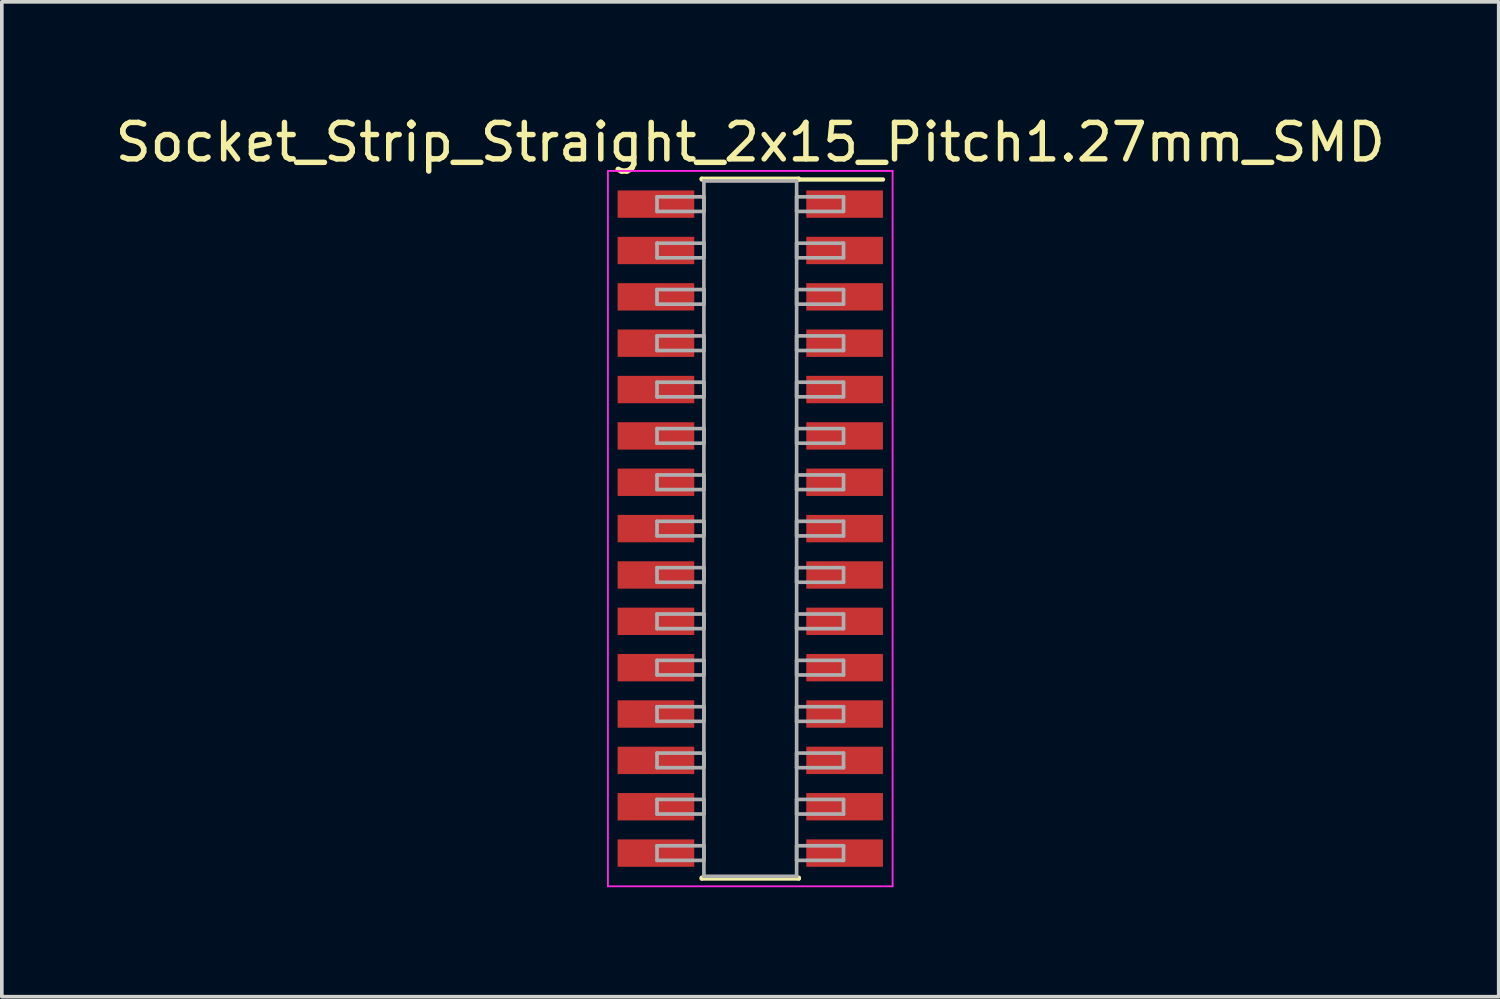
<source format=kicad_pcb>
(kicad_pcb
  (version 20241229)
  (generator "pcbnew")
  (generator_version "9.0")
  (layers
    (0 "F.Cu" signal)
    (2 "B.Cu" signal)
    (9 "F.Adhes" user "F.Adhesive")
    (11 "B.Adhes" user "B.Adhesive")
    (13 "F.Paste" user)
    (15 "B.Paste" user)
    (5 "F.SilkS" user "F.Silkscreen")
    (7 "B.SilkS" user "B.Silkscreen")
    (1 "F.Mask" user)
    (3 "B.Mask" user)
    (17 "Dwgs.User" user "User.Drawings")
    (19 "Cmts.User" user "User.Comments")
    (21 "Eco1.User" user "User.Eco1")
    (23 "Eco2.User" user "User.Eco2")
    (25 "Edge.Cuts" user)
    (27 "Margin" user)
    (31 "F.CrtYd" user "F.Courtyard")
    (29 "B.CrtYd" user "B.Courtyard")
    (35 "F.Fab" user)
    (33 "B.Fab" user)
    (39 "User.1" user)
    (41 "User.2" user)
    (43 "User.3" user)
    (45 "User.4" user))
  (footprint "Socket_Strip_Straight_2x15_Pitch1.27mm_SMD"
    (layer "F.Cu")
    (at 17.506 11.433)
    (property "Reference" "Socket_Strip_Straight_2x15_Pitch1.27mm_SMD" (at 0 -10.585 0) (layer "F.SilkS") (effects (font (size 1 1) (thickness 0.15))))
    (attr smd)
    (fp_line (start -1.33 -9.585) (end 1.33 -9.585) (stroke (width 0.12) (type solid)) (layer "F.SilkS"))
    (fp_line (start -1.33 -9.565) (end -1.33 -9.585) (stroke (width 0.12) (type solid)) (layer "F.SilkS"))
    (fp_line (start -1.33 9.565) (end -1.33 9.585) (stroke (width 0.12) (type solid)) (layer "F.SilkS"))
    (fp_line (start -1.33 9.585) (end 1.33 9.585) (stroke (width 0.12) (type solid)) (layer "F.SilkS"))
    (fp_line (start 1.33 -9.585) (end 1.33 -9.565) (stroke (width 0.12) (type solid)) (layer "F.SilkS"))
    (fp_line (start 1.33 9.585) (end 1.33 9.565) (stroke (width 0.12) (type solid)) (layer "F.SilkS"))
    (fp_line (start 3.635 -9.565) (end 1.33 -9.565) (stroke (width 0.12) (type solid)) (layer "F.SilkS"))
    (fp_line (start -3.9 -9.8) (end -3.9 9.8) (stroke (width 0.05) (type solid)) (layer "F.CrtYd"))
    (fp_line (start -3.9 9.8) (end 3.9 9.8) (stroke (width 0.05) (type solid)) (layer "F.CrtYd"))
    (fp_line (start 3.9 -9.8) (end -3.9 -9.8) (stroke (width 0.05) (type solid)) (layer "F.CrtYd"))
    (fp_line (start 3.9 9.8) (end 3.9 -9.8) (stroke (width 0.05) (type solid)) (layer "F.CrtYd"))
    (fp_line (start -2.555 -9.09) (end -1.27 -9.09) (stroke (width 0.1) (type solid)) (layer "F.Fab"))
    (fp_line (start -2.555 -8.69) (end -2.555 -9.09) (stroke (width 0.1) (type solid)) (layer "F.Fab"))
    (fp_line (start -2.555 -7.82) (end -1.27 -7.82) (stroke (width 0.1) (type solid)) (layer "F.Fab"))
    (fp_line (start -2.555 -7.42) (end -2.555 -7.82) (stroke (width 0.1) (type solid)) (layer "F.Fab"))
    (fp_line (start -2.555 -6.55) (end -1.27 -6.55) (stroke (width 0.1) (type solid)) (layer "F.Fab"))
    (fp_line (start -2.555 -6.15) (end -2.555 -6.55) (stroke (width 0.1) (type solid)) (layer "F.Fab"))
    (fp_line (start -2.555 -5.28) (end -1.27 -5.28) (stroke (width 0.1) (type solid)) (layer "F.Fab"))
    (fp_line (start -2.555 -4.88) (end -2.555 -5.28) (stroke (width 0.1) (type solid)) (layer "F.Fab"))
    (fp_line (start -2.555 -4.01) (end -1.27 -4.01) (stroke (width 0.1) (type solid)) (layer "F.Fab"))
    (fp_line (start -2.555 -3.61) (end -2.555 -4.01) (stroke (width 0.1) (type solid)) (layer "F.Fab"))
    (fp_line (start -2.555 -2.74) (end -1.27 -2.74) (stroke (width 0.1) (type solid)) (layer "F.Fab"))
    (fp_line (start -2.555 -2.34) (end -2.555 -2.74) (stroke (width 0.1) (type solid)) (layer "F.Fab"))
    (fp_line (start -2.555 -1.47) (end -1.27 -1.47) (stroke (width 0.1) (type solid)) (layer "F.Fab"))
    (fp_line (start -2.555 -1.07) (end -2.555 -1.47) (stroke (width 0.1) (type solid)) (layer "F.Fab"))
    (fp_line (start -2.555 -0.2) (end -1.27 -0.2) (stroke (width 0.1) (type solid)) (layer "F.Fab"))
    (fp_line (start -2.555 0.2) (end -2.555 -0.2) (stroke (width 0.1) (type solid)) (layer "F.Fab"))
    (fp_line (start -2.555 1.07) (end -1.27 1.07) (stroke (width 0.1) (type solid)) (layer "F.Fab"))
    (fp_line (start -2.555 1.47) (end -2.555 1.07) (stroke (width 0.1) (type solid)) (layer "F.Fab"))
    (fp_line (start -2.555 2.34) (end -1.27 2.34) (stroke (width 0.1) (type solid)) (layer "F.Fab"))
    (fp_line (start -2.555 2.74) (end -2.555 2.34) (stroke (width 0.1) (type solid)) (layer "F.Fab"))
    (fp_line (start -2.555 3.61) (end -1.27 3.61) (stroke (width 0.1) (type solid)) (layer "F.Fab"))
    (fp_line (start -2.555 4.01) (end -2.555 3.61) (stroke (width 0.1) (type solid)) (layer "F.Fab"))
    (fp_line (start -2.555 4.88) (end -1.27 4.88) (stroke (width 0.1) (type solid)) (layer "F.Fab"))
    (fp_line (start -2.555 5.28) (end -2.555 4.88) (stroke (width 0.1) (type solid)) (layer "F.Fab"))
    (fp_line (start -2.555 6.15) (end -1.27 6.15) (stroke (width 0.1) (type solid)) (layer "F.Fab"))
    (fp_line (start -2.555 6.55) (end -2.555 6.15) (stroke (width 0.1) (type solid)) (layer "F.Fab"))
    (fp_line (start -2.555 7.42) (end -1.27 7.42) (stroke (width 0.1) (type solid)) (layer "F.Fab"))
    (fp_line (start -2.555 7.82) (end -2.555 7.42) (stroke (width 0.1) (type solid)) (layer "F.Fab"))
    (fp_line (start -2.555 8.69) (end -1.27 8.69) (stroke (width 0.1) (type solid)) (layer "F.Fab"))
    (fp_line (start -2.555 9.09) (end -2.555 8.69) (stroke (width 0.1) (type solid)) (layer "F.Fab"))
    (fp_line (start -1.27 -9.525) (end -1.27 9.525) (stroke (width 0.1) (type solid)) (layer "F.Fab"))
    (fp_line (start -1.27 -9.09) (end -1.27 -8.69) (stroke (width 0.1) (type solid)) (layer "F.Fab"))
    (fp_line (start -1.27 -8.69) (end -2.555 -8.69) (stroke (width 0.1) (type solid)) (layer "F.Fab"))
    (fp_line (start -1.27 -7.82) (end -1.27 -7.42) (stroke (width 0.1) (type solid)) (layer "F.Fab"))
    (fp_line (start -1.27 -7.42) (end -2.555 -7.42) (stroke (width 0.1) (type solid)) (layer "F.Fab"))
    (fp_line (start -1.27 -6.55) (end -1.27 -6.15) (stroke (width 0.1) (type solid)) (layer "F.Fab"))
    (fp_line (start -1.27 -6.15) (end -2.555 -6.15) (stroke (width 0.1) (type solid)) (layer "F.Fab"))
    (fp_line (start -1.27 -5.28) (end -1.27 -4.88) (stroke (width 0.1) (type solid)) (layer "F.Fab"))
    (fp_line (start -1.27 -4.88) (end -2.555 -4.88) (stroke (width 0.1) (type solid)) (layer "F.Fab"))
    (fp_line (start -1.27 -4.01) (end -1.27 -3.61) (stroke (width 0.1) (type solid)) (layer "F.Fab"))
    (fp_line (start -1.27 -3.61) (end -2.555 -3.61) (stroke (width 0.1) (type solid)) (layer "F.Fab"))
    (fp_line (start -1.27 -2.74) (end -1.27 -2.34) (stroke (width 0.1) (type solid)) (layer "F.Fab"))
    (fp_line (start -1.27 -2.34) (end -2.555 -2.34) (stroke (width 0.1) (type solid)) (layer "F.Fab"))
    (fp_line (start -1.27 -1.47) (end -1.27 -1.07) (stroke (width 0.1) (type solid)) (layer "F.Fab"))
    (fp_line (start -1.27 -1.07) (end -2.555 -1.07) (stroke (width 0.1) (type solid)) (layer "F.Fab"))
    (fp_line (start -1.27 -0.2) (end -1.27 0.2) (stroke (width 0.1) (type solid)) (layer "F.Fab"))
    (fp_line (start -1.27 0.2) (end -2.555 0.2) (stroke (width 0.1) (type solid)) (layer "F.Fab"))
    (fp_line (start -1.27 1.07) (end -1.27 1.47) (stroke (width 0.1) (type solid)) (layer "F.Fab"))
    (fp_line (start -1.27 1.47) (end -2.555 1.47) (stroke (width 0.1) (type solid)) (layer "F.Fab"))
    (fp_line (start -1.27 2.34) (end -1.27 2.74) (stroke (width 0.1) (type solid)) (layer "F.Fab"))
    (fp_line (start -1.27 2.74) (end -2.555 2.74) (stroke (width 0.1) (type solid)) (layer "F.Fab"))
    (fp_line (start -1.27 3.61) (end -1.27 4.01) (stroke (width 0.1) (type solid)) (layer "F.Fab"))
    (fp_line (start -1.27 4.01) (end -2.555 4.01) (stroke (width 0.1) (type solid)) (layer "F.Fab"))
    (fp_line (start -1.27 4.88) (end -1.27 5.28) (stroke (width 0.1) (type solid)) (layer "F.Fab"))
    (fp_line (start -1.27 5.28) (end -2.555 5.28) (stroke (width 0.1) (type solid)) (layer "F.Fab"))
    (fp_line (start -1.27 6.15) (end -1.27 6.55) (stroke (width 0.1) (type solid)) (layer "F.Fab"))
    (fp_line (start -1.27 6.55) (end -2.555 6.55) (stroke (width 0.1) (type solid)) (layer "F.Fab"))
    (fp_line (start -1.27 7.42) (end -1.27 7.82) (stroke (width 0.1) (type solid)) (layer "F.Fab"))
    (fp_line (start -1.27 7.82) (end -2.555 7.82) (stroke (width 0.1) (type solid)) (layer "F.Fab"))
    (fp_line (start -1.27 8.69) (end -1.27 9.09) (stroke (width 0.1) (type solid)) (layer "F.Fab"))
    (fp_line (start -1.27 9.09) (end -2.555 9.09) (stroke (width 0.1) (type solid)) (layer "F.Fab"))
    (fp_line (start -1.27 9.525) (end 1.27 9.525) (stroke (width 0.1) (type solid)) (layer "F.Fab"))
    (fp_line (start 1.27 -9.525) (end -1.27 -9.525) (stroke (width 0.1) (type solid)) (layer "F.Fab"))
    (fp_line (start 1.27 -9.09) (end 1.27 -8.69) (stroke (width 0.1) (type solid)) (layer "F.Fab"))
    (fp_line (start 1.27 -8.69) (end 2.555 -8.69) (stroke (width 0.1) (type solid)) (layer "F.Fab"))
    (fp_line (start 1.27 -7.82) (end 1.27 -7.42) (stroke (width 0.1) (type solid)) (layer "F.Fab"))
    (fp_line (start 1.27 -7.42) (end 2.555 -7.42) (stroke (width 0.1) (type solid)) (layer "F.Fab"))
    (fp_line (start 1.27 -6.55) (end 1.27 -6.15) (stroke (width 0.1) (type solid)) (layer "F.Fab"))
    (fp_line (start 1.27 -6.15) (end 2.555 -6.15) (stroke (width 0.1) (type solid)) (layer "F.Fab"))
    (fp_line (start 1.27 -5.28) (end 1.27 -4.88) (stroke (width 0.1) (type solid)) (layer "F.Fab"))
    (fp_line (start 1.27 -4.88) (end 2.555 -4.88) (stroke (width 0.1) (type solid)) (layer "F.Fab"))
    (fp_line (start 1.27 -4.01) (end 1.27 -3.61) (stroke (width 0.1) (type solid)) (layer "F.Fab"))
    (fp_line (start 1.27 -3.61) (end 2.555 -3.61) (stroke (width 0.1) (type solid)) (layer "F.Fab"))
    (fp_line (start 1.27 -2.74) (end 1.27 -2.34) (stroke (width 0.1) (type solid)) (layer "F.Fab"))
    (fp_line (start 1.27 -2.34) (end 2.555 -2.34) (stroke (width 0.1) (type solid)) (layer "F.Fab"))
    (fp_line (start 1.27 -1.47) (end 1.27 -1.07) (stroke (width 0.1) (type solid)) (layer "F.Fab"))
    (fp_line (start 1.27 -1.07) (end 2.555 -1.07) (stroke (width 0.1) (type solid)) (layer "F.Fab"))
    (fp_line (start 1.27 -0.2) (end 1.27 0.2) (stroke (width 0.1) (type solid)) (layer "F.Fab"))
    (fp_line (start 1.27 0.2) (end 2.555 0.2) (stroke (width 0.1) (type solid)) (layer "F.Fab"))
    (fp_line (start 1.27 1.07) (end 1.27 1.47) (stroke (width 0.1) (type solid)) (layer "F.Fab"))
    (fp_line (start 1.27 1.47) (end 2.555 1.47) (stroke (width 0.1) (type solid)) (layer "F.Fab"))
    (fp_line (start 1.27 2.34) (end 1.27 2.74) (stroke (width 0.1) (type solid)) (layer "F.Fab"))
    (fp_line (start 1.27 2.74) (end 2.555 2.74) (stroke (width 0.1) (type solid)) (layer "F.Fab"))
    (fp_line (start 1.27 3.61) (end 1.27 4.01) (stroke (width 0.1) (type solid)) (layer "F.Fab"))
    (fp_line (start 1.27 4.01) (end 2.555 4.01) (stroke (width 0.1) (type solid)) (layer "F.Fab"))
    (fp_line (start 1.27 4.88) (end 1.27 5.28) (stroke (width 0.1) (type solid)) (layer "F.Fab"))
    (fp_line (start 1.27 5.28) (end 2.555 5.28) (stroke (width 0.1) (type solid)) (layer "F.Fab"))
    (fp_line (start 1.27 6.15) (end 1.27 6.55) (stroke (width 0.1) (type solid)) (layer "F.Fab"))
    (fp_line (start 1.27 6.55) (end 2.555 6.55) (stroke (width 0.1) (type solid)) (layer "F.Fab"))
    (fp_line (start 1.27 7.42) (end 1.27 7.82) (stroke (width 0.1) (type solid)) (layer "F.Fab"))
    (fp_line (start 1.27 7.82) (end 2.555 7.82) (stroke (width 0.1) (type solid)) (layer "F.Fab"))
    (fp_line (start 1.27 8.69) (end 1.27 9.09) (stroke (width 0.1) (type solid)) (layer "F.Fab"))
    (fp_line (start 1.27 9.09) (end 2.555 9.09) (stroke (width 0.1) (type solid)) (layer "F.Fab"))
    (fp_line (start 1.27 9.525) (end 1.27 -9.525) (stroke (width 0.1) (type solid)) (layer "F.Fab"))
    (fp_line (start 2.555 -9.09) (end 1.27 -9.09) (stroke (width 0.1) (type solid)) (layer "F.Fab"))
    (fp_line (start 2.555 -8.69) (end 2.555 -9.09) (stroke (width 0.1) (type solid)) (layer "F.Fab"))
    (fp_line (start 2.555 -7.82) (end 1.27 -7.82) (stroke (width 0.1) (type solid)) (layer "F.Fab"))
    (fp_line (start 2.555 -7.42) (end 2.555 -7.82) (stroke (width 0.1) (type solid)) (layer "F.Fab"))
    (fp_line (start 2.555 -6.55) (end 1.27 -6.55) (stroke (width 0.1) (type solid)) (layer "F.Fab"))
    (fp_line (start 2.555 -6.15) (end 2.555 -6.55) (stroke (width 0.1) (type solid)) (layer "F.Fab"))
    (fp_line (start 2.555 -5.28) (end 1.27 -5.28) (stroke (width 0.1) (type solid)) (layer "F.Fab"))
    (fp_line (start 2.555 -4.88) (end 2.555 -5.28) (stroke (width 0.1) (type solid)) (layer "F.Fab"))
    (fp_line (start 2.555 -4.01) (end 1.27 -4.01) (stroke (width 0.1) (type solid)) (layer "F.Fab"))
    (fp_line (start 2.555 -3.61) (end 2.555 -4.01) (stroke (width 0.1) (type solid)) (layer "F.Fab"))
    (fp_line (start 2.555 -2.74) (end 1.27 -2.74) (stroke (width 0.1) (type solid)) (layer "F.Fab"))
    (fp_line (start 2.555 -2.34) (end 2.555 -2.74) (stroke (width 0.1) (type solid)) (layer "F.Fab"))
    (fp_line (start 2.555 -1.47) (end 1.27 -1.47) (stroke (width 0.1) (type solid)) (layer "F.Fab"))
    (fp_line (start 2.555 -1.07) (end 2.555 -1.47) (stroke (width 0.1) (type solid)) (layer "F.Fab"))
    (fp_line (start 2.555 -0.2) (end 1.27 -0.2) (stroke (width 0.1) (type solid)) (layer "F.Fab"))
    (fp_line (start 2.555 0.2) (end 2.555 -0.2) (stroke (width 0.1) (type solid)) (layer "F.Fab"))
    (fp_line (start 2.555 1.07) (end 1.27 1.07) (stroke (width 0.1) (type solid)) (layer "F.Fab"))
    (fp_line (start 2.555 1.47) (end 2.555 1.07) (stroke (width 0.1) (type solid)) (layer "F.Fab"))
    (fp_line (start 2.555 2.34) (end 1.27 2.34) (stroke (width 0.1) (type solid)) (layer "F.Fab"))
    (fp_line (start 2.555 2.74) (end 2.555 2.34) (stroke (width 0.1) (type solid)) (layer "F.Fab"))
    (fp_line (start 2.555 3.61) (end 1.27 3.61) (stroke (width 0.1) (type solid)) (layer "F.Fab"))
    (fp_line (start 2.555 4.01) (end 2.555 3.61) (stroke (width 0.1) (type solid)) (layer "F.Fab"))
    (fp_line (start 2.555 4.88) (end 1.27 4.88) (stroke (width 0.1) (type solid)) (layer "F.Fab"))
    (fp_line (start 2.555 5.28) (end 2.555 4.88) (stroke (width 0.1) (type solid)) (layer "F.Fab"))
    (fp_line (start 2.555 6.15) (end 1.27 6.15) (stroke (width 0.1) (type solid)) (layer "F.Fab"))
    (fp_line (start 2.555 6.55) (end 2.555 6.15) (stroke (width 0.1) (type solid)) (layer "F.Fab"))
    (fp_line (start 2.555 7.42) (end 1.27 7.42) (stroke (width 0.1) (type solid)) (layer "F.Fab"))
    (fp_line (start 2.555 7.82) (end 2.555 7.42) (stroke (width 0.1) (type solid)) (layer "F.Fab"))
    (fp_line (start 2.555 8.69) (end 1.27 8.69) (stroke (width 0.1) (type solid)) (layer "F.Fab"))
    (fp_line (start 2.555 9.09) (end 2.555 8.69) (stroke (width 0.1) (type solid)) (layer "F.Fab"))
    (pad "1" smd rect (at 2.585 -8.89) (size 2.1 0.75) (layers "F.Cu" "F.Mask"))
    (pad "2" smd rect (at -2.585 -8.89) (size 2.1 0.75) (layers "F.Cu" "F.Mask"))
    (pad "3" smd rect (at 2.585 -7.62) (size 2.1 0.75) (layers "F.Cu" "F.Mask"))
    (pad "4" smd rect (at -2.585 -7.62) (size 2.1 0.75) (layers "F.Cu" "F.Mask"))
    (pad "5" smd rect (at 2.585 -6.35) (size 2.1 0.75) (layers "F.Cu" "F.Mask"))
    (pad "6" smd rect (at -2.585 -6.35) (size 2.1 0.75) (layers "F.Cu" "F.Mask"))
    (pad "7" smd rect (at 2.585 -5.08) (size 2.1 0.75) (layers "F.Cu" "F.Mask"))
    (pad "8" smd rect (at -2.585 -5.08) (size 2.1 0.75) (layers "F.Cu" "F.Mask"))
    (pad "9" smd rect (at 2.585 -3.81) (size 2.1 0.75) (layers "F.Cu" "F.Mask"))
    (pad "10" smd rect (at -2.585 -3.81) (size 2.1 0.75) (layers "F.Cu" "F.Mask"))
    (pad "11" smd rect (at 2.585 -2.54) (size 2.1 0.75) (layers "F.Cu" "F.Mask"))
    (pad "12" smd rect (at -2.585 -2.54) (size 2.1 0.75) (layers "F.Cu" "F.Mask"))
    (pad "13" smd rect (at 2.585 -1.27) (size 2.1 0.75) (layers "F.Cu" "F.Mask"))
    (pad "14" smd rect (at -2.585 -1.27) (size 2.1 0.75) (layers "F.Cu" "F.Mask"))
    (pad "15" smd rect (at 2.585 0) (size 2.1 0.75) (layers "F.Cu" "F.Mask"))
    (pad "16" smd rect (at -2.585 0) (size 2.1 0.75) (layers "F.Cu" "F.Mask"))
    (pad "17" smd rect (at 2.585 1.27) (size 2.1 0.75) (layers "F.Cu" "F.Mask"))
    (pad "18" smd rect (at -2.585 1.27) (size 2.1 0.75) (layers "F.Cu" "F.Mask"))
    (pad "19" smd rect (at 2.585 2.54) (size 2.1 0.75) (layers "F.Cu" "F.Mask"))
    (pad "20" smd rect (at -2.585 2.54) (size 2.1 0.75) (layers "F.Cu" "F.Mask"))
    (pad "21" smd rect (at 2.585 3.81) (size 2.1 0.75) (layers "F.Cu" "F.Mask"))
    (pad "22" smd rect (at -2.585 3.81) (size 2.1 0.75) (layers "F.Cu" "F.Mask"))
    (pad "23" smd rect (at 2.585 5.08) (size 2.1 0.75) (layers "F.Cu" "F.Mask"))
    (pad "24" smd rect (at -2.585 5.08) (size 2.1 0.75) (layers "F.Cu" "F.Mask"))
    (pad "25" smd rect (at 2.585 6.35) (size 2.1 0.75) (layers "F.Cu" "F.Mask"))
    (pad "26" smd rect (at -2.585 6.35) (size 2.1 0.75) (layers "F.Cu" "F.Mask"))
    (pad "27" smd rect (at 2.585 7.62) (size 2.1 0.75) (layers "F.Cu" "F.Mask"))
    (pad "28" smd rect (at -2.585 7.62) (size 2.1 0.75) (layers "F.Cu" "F.Mask"))
    (pad "29" smd rect (at 2.585 8.89) (size 2.1 0.75) (layers "F.Cu" "F.Mask"))
    (pad "30" smd rect (at -2.585 8.89) (size 2.1 0.75) (layers "F.Cu" "F.Mask")))
  (gr_rect
    (start -3 -3)
    (end 38.012 24.258)
    (stroke (width 0.1) (type default))
    (fill no)
    (layer "Edge.Cuts")))
</source>
